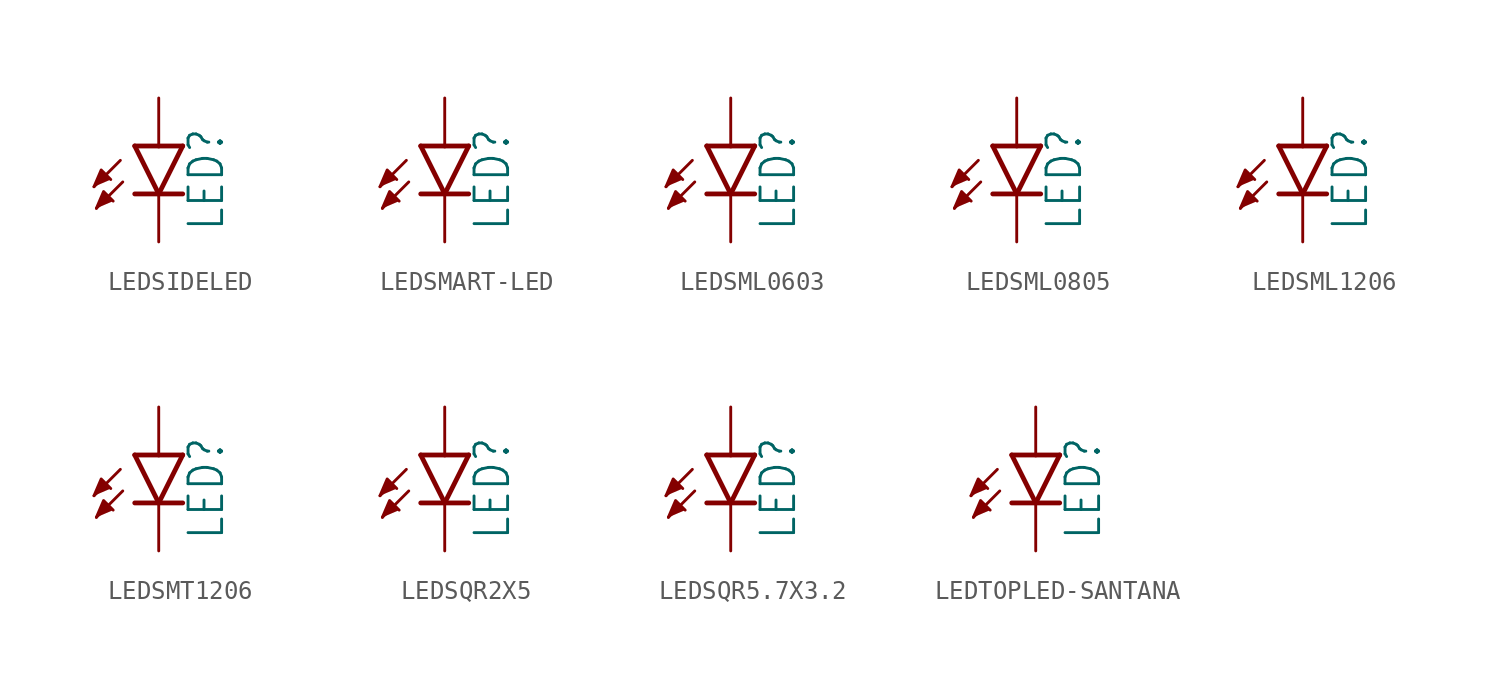
<source format=kicad_sym>
(kicad_symbol_lib
  (version 20231120)
  (generator "kicad_symbol_editor")
  (generator_version "8.0")
  (symbol "LEDSIDELED"
    (property "Reference" "LED"
      (at 3.556 -4.572 90)
      (effects (font (size 1.778 1.511)) (justify left bottom)))
    (property "Value" ""
      (at 5.715 -4.572 90)
      (effects (font (size 1.778 1.511)) (justify left bottom)))
    (property "ki_locked" ""
      (at 0 0 0)
      (effects (font (size 1.27 1.27))))
    (symbol "LEDSIDELED_1_0"
      (polyline (pts (xy -2.032 -0.762) (xy -3.429 -2.159)) (stroke (width 0.152) (type solid)) (fill (type none)))
      (polyline (pts (xy -1.905 -1.905) (xy -3.302 -3.302)) (stroke (width 0.152) (type solid)) (fill (type none)))
      (polyline (pts (xy 0 -2.54) (xy -1.27 -2.54)) (stroke (width 0.254) (type solid)) (fill (type none)))
      (polyline (pts (xy 0 -2.54) (xy -1.27 0)) (stroke (width 0.254) (type solid)) (fill (type none)))
      (polyline (pts (xy 0 0) (xy -1.27 0)) (stroke (width 0.254) (type solid)) (fill (type none)))
      (polyline (pts (xy 1.27 -2.54) (xy 0 -2.54)) (stroke (width 0.254) (type solid)) (fill (type none)))
      (polyline (pts (xy 1.27 0) (xy 0 -2.54)) (stroke (width 0.254) (type solid)) (fill (type none)))
      (polyline (pts (xy 1.27 0) (xy 0 0)) (stroke (width 0.254) (type solid)) (fill (type none)))
      (polyline (pts (xy -3.429 -2.159) (xy -3.048 -1.27) (xy -2.54 -1.778)) (stroke (width 0.152) (type solid)) (fill (type outline)))
      (polyline (pts (xy -3.302 -3.302) (xy -2.921 -2.413) (xy -2.413 -2.921)) (stroke (width 0.152) (type solid)) (fill (type outline)))
      (pin passive line (at 0 2.54 270) (length 2.54) (name "A" (effects (font (size 0 0)))) (number "A" (effects (font (size 0 0)))))
      (pin passive line (at 0 -5.08 90) (length 2.54) (name "C" (effects (font (size 0 0)))) (number "C" (effects (font (size 0 0)))))))
  (symbol "LEDSMART-LED"
    (property "Reference" "LED"
      (at 3.556 -4.572 90)
      (effects (font (size 1.778 1.511)) (justify left bottom)))
    (property "Value" ""
      (at 5.715 -4.572 90)
      (effects (font (size 1.778 1.511)) (justify left bottom)))
    (property "ki_locked" ""
      (at 0 0 0)
      (effects (font (size 1.27 1.27))))
    (symbol "LEDSMART-LED_1_0"
      (polyline (pts (xy -2.032 -0.762) (xy -3.429 -2.159)) (stroke (width 0.152) (type solid)) (fill (type none)))
      (polyline (pts (xy -1.905 -1.905) (xy -3.302 -3.302)) (stroke (width 0.152) (type solid)) (fill (type none)))
      (polyline (pts (xy 0 -2.54) (xy -1.27 -2.54)) (stroke (width 0.254) (type solid)) (fill (type none)))
      (polyline (pts (xy 0 -2.54) (xy -1.27 0)) (stroke (width 0.254) (type solid)) (fill (type none)))
      (polyline (pts (xy 0 0) (xy -1.27 0)) (stroke (width 0.254) (type solid)) (fill (type none)))
      (polyline (pts (xy 1.27 -2.54) (xy 0 -2.54)) (stroke (width 0.254) (type solid)) (fill (type none)))
      (polyline (pts (xy 1.27 0) (xy 0 -2.54)) (stroke (width 0.254) (type solid)) (fill (type none)))
      (polyline (pts (xy 1.27 0) (xy 0 0)) (stroke (width 0.254) (type solid)) (fill (type none)))
      (polyline (pts (xy -3.429 -2.159) (xy -3.048 -1.27) (xy -2.54 -1.778)) (stroke (width 0.152) (type solid)) (fill (type outline)))
      (polyline (pts (xy -3.302 -3.302) (xy -2.921 -2.413) (xy -2.413 -2.921)) (stroke (width 0.152) (type solid)) (fill (type outline)))
      (pin passive line (at 0 2.54 270) (length 2.54) (name "A" (effects (font (size 0 0)))) (number "A" (effects (font (size 0 0)))))
      (pin passive line (at 0 -5.08 90) (length 2.54) (name "C" (effects (font (size 0 0)))) (number "B" (effects (font (size 0 0)))))))
  (symbol "LEDSML0603"
    (property "Reference" "LED"
      (at 3.556 -4.572 90)
      (effects (font (size 1.778 1.511)) (justify left bottom)))
    (property "Value" ""
      (at 5.715 -4.572 90)
      (effects (font (size 1.778 1.511)) (justify left bottom)))
    (property "ki_locked" ""
      (at 0 0 0)
      (effects (font (size 1.27 1.27))))
    (symbol "LEDSML0603_1_0"
      (polyline (pts (xy -2.032 -0.762) (xy -3.429 -2.159)) (stroke (width 0.152) (type solid)) (fill (type none)))
      (polyline (pts (xy -1.905 -1.905) (xy -3.302 -3.302)) (stroke (width 0.152) (type solid)) (fill (type none)))
      (polyline (pts (xy 0 -2.54) (xy -1.27 -2.54)) (stroke (width 0.254) (type solid)) (fill (type none)))
      (polyline (pts (xy 0 -2.54) (xy -1.27 0)) (stroke (width 0.254) (type solid)) (fill (type none)))
      (polyline (pts (xy 0 0) (xy -1.27 0)) (stroke (width 0.254) (type solid)) (fill (type none)))
      (polyline (pts (xy 1.27 -2.54) (xy 0 -2.54)) (stroke (width 0.254) (type solid)) (fill (type none)))
      (polyline (pts (xy 1.27 0) (xy 0 -2.54)) (stroke (width 0.254) (type solid)) (fill (type none)))
      (polyline (pts (xy 1.27 0) (xy 0 0)) (stroke (width 0.254) (type solid)) (fill (type none)))
      (polyline (pts (xy -3.429 -2.159) (xy -3.048 -1.27) (xy -2.54 -1.778)) (stroke (width 0.152) (type solid)) (fill (type outline)))
      (polyline (pts (xy -3.302 -3.302) (xy -2.921 -2.413) (xy -2.413 -2.921)) (stroke (width 0.152) (type solid)) (fill (type outline)))
      (pin passive line (at 0 2.54 270) (length 2.54) (name "A" (effects (font (size 0 0)))) (number "A" (effects (font (size 0 0)))))
      (pin passive line (at 0 -5.08 90) (length 2.54) (name "C" (effects (font (size 0 0)))) (number "C" (effects (font (size 0 0)))))))
  (symbol "LEDSML0805"
    (property "Reference" "LED"
      (at 3.556 -4.572 90)
      (effects (font (size 1.778 1.511)) (justify left bottom)))
    (property "Value" ""
      (at 5.715 -4.572 90)
      (effects (font (size 1.778 1.511)) (justify left bottom)))
    (property "ki_locked" ""
      (at 0 0 0)
      (effects (font (size 1.27 1.27))))
    (symbol "LEDSML0805_1_0"
      (polyline (pts (xy -2.032 -0.762) (xy -3.429 -2.159)) (stroke (width 0.152) (type solid)) (fill (type none)))
      (polyline (pts (xy -1.905 -1.905) (xy -3.302 -3.302)) (stroke (width 0.152) (type solid)) (fill (type none)))
      (polyline (pts (xy 0 -2.54) (xy -1.27 -2.54)) (stroke (width 0.254) (type solid)) (fill (type none)))
      (polyline (pts (xy 0 -2.54) (xy -1.27 0)) (stroke (width 0.254) (type solid)) (fill (type none)))
      (polyline (pts (xy 0 0) (xy -1.27 0)) (stroke (width 0.254) (type solid)) (fill (type none)))
      (polyline (pts (xy 1.27 -2.54) (xy 0 -2.54)) (stroke (width 0.254) (type solid)) (fill (type none)))
      (polyline (pts (xy 1.27 0) (xy 0 -2.54)) (stroke (width 0.254) (type solid)) (fill (type none)))
      (polyline (pts (xy 1.27 0) (xy 0 0)) (stroke (width 0.254) (type solid)) (fill (type none)))
      (polyline (pts (xy -3.429 -2.159) (xy -3.048 -1.27) (xy -2.54 -1.778)) (stroke (width 0.152) (type solid)) (fill (type outline)))
      (polyline (pts (xy -3.302 -3.302) (xy -2.921 -2.413) (xy -2.413 -2.921)) (stroke (width 0.152) (type solid)) (fill (type outline)))
      (pin passive line (at 0 2.54 270) (length 2.54) (name "A" (effects (font (size 0 0)))) (number "A" (effects (font (size 0 0)))))
      (pin passive line (at 0 -5.08 90) (length 2.54) (name "C" (effects (font (size 0 0)))) (number "C" (effects (font (size 0 0)))))))
  (symbol "LEDSML1206"
    (property "Reference" "LED"
      (at 3.556 -4.572 90)
      (effects (font (size 1.778 1.511)) (justify left bottom)))
    (property "Value" ""
      (at 5.715 -4.572 90)
      (effects (font (size 1.778 1.511)) (justify left bottom)))
    (property "ki_locked" ""
      (at 0 0 0)
      (effects (font (size 1.27 1.27))))
    (symbol "LEDSML1206_1_0"
      (polyline (pts (xy -2.032 -0.762) (xy -3.429 -2.159)) (stroke (width 0.152) (type solid)) (fill (type none)))
      (polyline (pts (xy -1.905 -1.905) (xy -3.302 -3.302)) (stroke (width 0.152) (type solid)) (fill (type none)))
      (polyline (pts (xy 0 -2.54) (xy -1.27 -2.54)) (stroke (width 0.254) (type solid)) (fill (type none)))
      (polyline (pts (xy 0 -2.54) (xy -1.27 0)) (stroke (width 0.254) (type solid)) (fill (type none)))
      (polyline (pts (xy 0 0) (xy -1.27 0)) (stroke (width 0.254) (type solid)) (fill (type none)))
      (polyline (pts (xy 1.27 -2.54) (xy 0 -2.54)) (stroke (width 0.254) (type solid)) (fill (type none)))
      (polyline (pts (xy 1.27 0) (xy 0 -2.54)) (stroke (width 0.254) (type solid)) (fill (type none)))
      (polyline (pts (xy 1.27 0) (xy 0 0)) (stroke (width 0.254) (type solid)) (fill (type none)))
      (polyline (pts (xy -3.429 -2.159) (xy -3.048 -1.27) (xy -2.54 -1.778)) (stroke (width 0.152) (type solid)) (fill (type outline)))
      (polyline (pts (xy -3.302 -3.302) (xy -2.921 -2.413) (xy -2.413 -2.921)) (stroke (width 0.152) (type solid)) (fill (type outline)))
      (pin passive line (at 0 2.54 270) (length 2.54) (name "A" (effects (font (size 0 0)))) (number "A" (effects (font (size 0 0)))))
      (pin passive line (at 0 -5.08 90) (length 2.54) (name "C" (effects (font (size 0 0)))) (number "C" (effects (font (size 0 0)))))))
  (symbol "LEDSMT1206"
    (property "Reference" "LED"
      (at 3.556 -4.572 90)
      (effects (font (size 1.778 1.511)) (justify left bottom)))
    (property "Value" ""
      (at 5.715 -4.572 90)
      (effects (font (size 1.778 1.511)) (justify left bottom)))
    (property "ki_locked" ""
      (at 0 0 0)
      (effects (font (size 1.27 1.27))))
    (symbol "LEDSMT1206_1_0"
      (polyline (pts (xy -2.032 -0.762) (xy -3.429 -2.159)) (stroke (width 0.152) (type solid)) (fill (type none)))
      (polyline (pts (xy -1.905 -1.905) (xy -3.302 -3.302)) (stroke (width 0.152) (type solid)) (fill (type none)))
      (polyline (pts (xy 0 -2.54) (xy -1.27 -2.54)) (stroke (width 0.254) (type solid)) (fill (type none)))
      (polyline (pts (xy 0 -2.54) (xy -1.27 0)) (stroke (width 0.254) (type solid)) (fill (type none)))
      (polyline (pts (xy 0 0) (xy -1.27 0)) (stroke (width 0.254) (type solid)) (fill (type none)))
      (polyline (pts (xy 1.27 -2.54) (xy 0 -2.54)) (stroke (width 0.254) (type solid)) (fill (type none)))
      (polyline (pts (xy 1.27 0) (xy 0 -2.54)) (stroke (width 0.254) (type solid)) (fill (type none)))
      (polyline (pts (xy 1.27 0) (xy 0 0)) (stroke (width 0.254) (type solid)) (fill (type none)))
      (polyline (pts (xy -3.429 -2.159) (xy -3.048 -1.27) (xy -2.54 -1.778)) (stroke (width 0.152) (type solid)) (fill (type outline)))
      (polyline (pts (xy -3.302 -3.302) (xy -2.921 -2.413) (xy -2.413 -2.921)) (stroke (width 0.152) (type solid)) (fill (type outline)))
      (pin passive line (at 0 2.54 270) (length 2.54) (name "A" (effects (font (size 0 0)))) (number "A" (effects (font (size 0 0)))))
      (pin passive line (at 0 -5.08 90) (length 2.54) (name "C" (effects (font (size 0 0)))) (number "C" (effects (font (size 0 0)))))))
  (symbol "LEDSQR2X5"
    (property "Reference" "LED"
      (at 3.556 -4.572 90)
      (effects (font (size 1.778 1.511)) (justify left bottom)))
    (property "Value" ""
      (at 5.715 -4.572 90)
      (effects (font (size 1.778 1.511)) (justify left bottom)))
    (property "ki_locked" ""
      (at 0 0 0)
      (effects (font (size 1.27 1.27))))
    (symbol "LEDSQR2X5_1_0"
      (polyline (pts (xy -2.032 -0.762) (xy -3.429 -2.159)) (stroke (width 0.152) (type solid)) (fill (type none)))
      (polyline (pts (xy -1.905 -1.905) (xy -3.302 -3.302)) (stroke (width 0.152) (type solid)) (fill (type none)))
      (polyline (pts (xy 0 -2.54) (xy -1.27 -2.54)) (stroke (width 0.254) (type solid)) (fill (type none)))
      (polyline (pts (xy 0 -2.54) (xy -1.27 0)) (stroke (width 0.254) (type solid)) (fill (type none)))
      (polyline (pts (xy 0 0) (xy -1.27 0)) (stroke (width 0.254) (type solid)) (fill (type none)))
      (polyline (pts (xy 1.27 -2.54) (xy 0 -2.54)) (stroke (width 0.254) (type solid)) (fill (type none)))
      (polyline (pts (xy 1.27 0) (xy 0 -2.54)) (stroke (width 0.254) (type solid)) (fill (type none)))
      (polyline (pts (xy 1.27 0) (xy 0 0)) (stroke (width 0.254) (type solid)) (fill (type none)))
      (polyline (pts (xy -3.429 -2.159) (xy -3.048 -1.27) (xy -2.54 -1.778)) (stroke (width 0.152) (type solid)) (fill (type outline)))
      (polyline (pts (xy -3.302 -3.302) (xy -2.921 -2.413) (xy -2.413 -2.921)) (stroke (width 0.152) (type solid)) (fill (type outline)))
      (pin passive line (at 0 2.54 270) (length 2.54) (name "A" (effects (font (size 0 0)))) (number "A" (effects (font (size 0 0)))))
      (pin passive line (at 0 -5.08 90) (length 2.54) (name "C" (effects (font (size 0 0)))) (number "K" (effects (font (size 0 0)))))))
  (symbol "LEDSQR5.7X3.2"
    (property "Reference" "LED"
      (at 3.556 -4.572 90)
      (effects (font (size 1.778 1.511)) (justify left bottom)))
    (property "Value" ""
      (at 5.715 -4.572 90)
      (effects (font (size 1.778 1.511)) (justify left bottom)))
    (property "ki_locked" ""
      (at 0 0 0)
      (effects (font (size 1.27 1.27))))
    (symbol "LEDSQR5.7X3.2_1_0"
      (polyline (pts (xy -2.032 -0.762) (xy -3.429 -2.159)) (stroke (width 0.152) (type solid)) (fill (type none)))
      (polyline (pts (xy -1.905 -1.905) (xy -3.302 -3.302)) (stroke (width 0.152) (type solid)) (fill (type none)))
      (polyline (pts (xy 0 -2.54) (xy -1.27 -2.54)) (stroke (width 0.254) (type solid)) (fill (type none)))
      (polyline (pts (xy 0 -2.54) (xy -1.27 0)) (stroke (width 0.254) (type solid)) (fill (type none)))
      (polyline (pts (xy 0 0) (xy -1.27 0)) (stroke (width 0.254) (type solid)) (fill (type none)))
      (polyline (pts (xy 1.27 -2.54) (xy 0 -2.54)) (stroke (width 0.254) (type solid)) (fill (type none)))
      (polyline (pts (xy 1.27 0) (xy 0 -2.54)) (stroke (width 0.254) (type solid)) (fill (type none)))
      (polyline (pts (xy 1.27 0) (xy 0 0)) (stroke (width 0.254) (type solid)) (fill (type none)))
      (polyline (pts (xy -3.429 -2.159) (xy -3.048 -1.27) (xy -2.54 -1.778)) (stroke (width 0.152) (type solid)) (fill (type outline)))
      (polyline (pts (xy -3.302 -3.302) (xy -2.921 -2.413) (xy -2.413 -2.921)) (stroke (width 0.152) (type solid)) (fill (type outline)))
      (pin passive line (at 0 2.54 270) (length 2.54) (name "A" (effects (font (size 0 0)))) (number "A" (effects (font (size 0 0)))))
      (pin passive line (at 0 -5.08 90) (length 2.54) (name "C" (effects (font (size 0 0)))) (number "K" (effects (font (size 0 0)))))))
  (symbol "LEDTOPLED-SANTANA"
    (property "Reference" "LED"
      (at 3.556 -4.572 90)
      (effects (font (size 1.778 1.511)) (justify left bottom)))
    (property "Value" ""
      (at 5.715 -4.572 90)
      (effects (font (size 1.778 1.511)) (justify left bottom)))
    (property "ki_locked" ""
      (at 0 0 0)
      (effects (font (size 1.27 1.27))))
    (symbol "LEDTOPLED-SANTANA_1_0"
      (polyline (pts (xy -2.032 -0.762) (xy -3.429 -2.159)) (stroke (width 0.152) (type solid)) (fill (type none)))
      (polyline (pts (xy -1.905 -1.905) (xy -3.302 -3.302)) (stroke (width 0.152) (type solid)) (fill (type none)))
      (polyline (pts (xy 0 -2.54) (xy -1.27 -2.54)) (stroke (width 0.254) (type solid)) (fill (type none)))
      (polyline (pts (xy 0 -2.54) (xy -1.27 0)) (stroke (width 0.254) (type solid)) (fill (type none)))
      (polyline (pts (xy 0 0) (xy -1.27 0)) (stroke (width 0.254) (type solid)) (fill (type none)))
      (polyline (pts (xy 1.27 -2.54) (xy 0 -2.54)) (stroke (width 0.254) (type solid)) (fill (type none)))
      (polyline (pts (xy 1.27 0) (xy 0 -2.54)) (stroke (width 0.254) (type solid)) (fill (type none)))
      (polyline (pts (xy 1.27 0) (xy 0 0)) (stroke (width 0.254) (type solid)) (fill (type none)))
      (polyline (pts (xy -3.429 -2.159) (xy -3.048 -1.27) (xy -2.54 -1.778)) (stroke (width 0.152) (type solid)) (fill (type outline)))
      (polyline (pts (xy -3.302 -3.302) (xy -2.921 -2.413) (xy -2.413 -2.921)) (stroke (width 0.152) (type solid)) (fill (type outline)))
      (pin passive line (at 0 2.54 270) (length 2.54) (name "A" (effects (font (size 0 0)))) (number "A" (effects (font (size 0 0)))))
      (pin passive line (at 0 -5.08 90) (length 2.54) (name "C" (effects (font (size 0 0)))) (number "C" (effects (font (size 0 0))))))))
</source>
